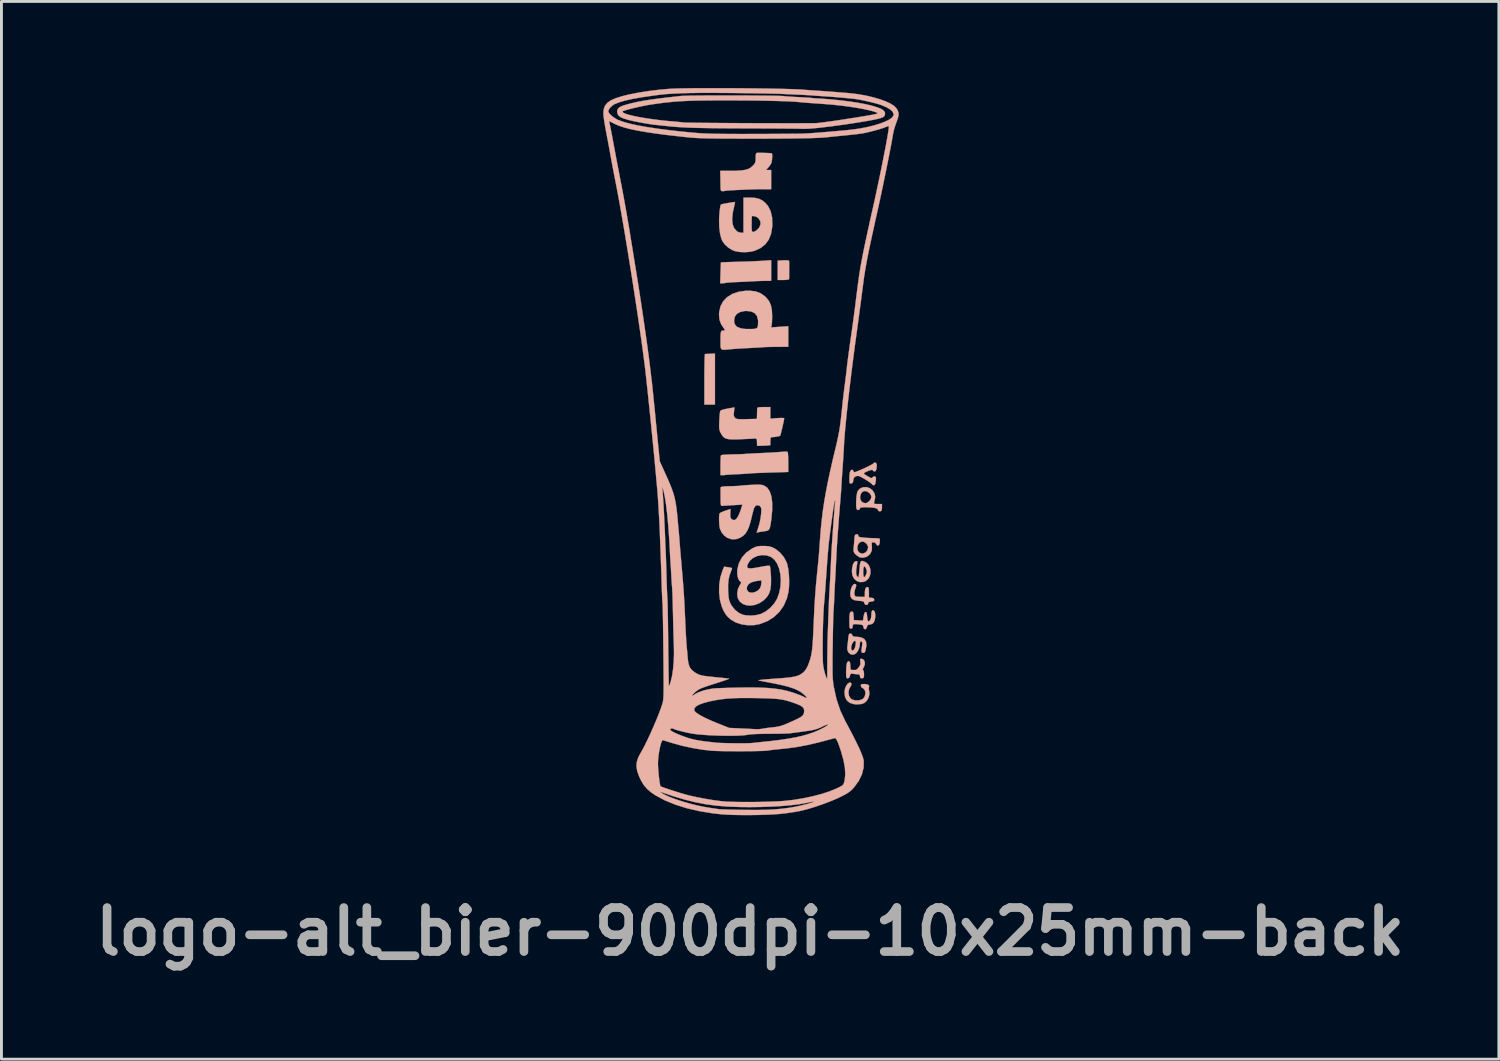
<source format=kicad_pcb>
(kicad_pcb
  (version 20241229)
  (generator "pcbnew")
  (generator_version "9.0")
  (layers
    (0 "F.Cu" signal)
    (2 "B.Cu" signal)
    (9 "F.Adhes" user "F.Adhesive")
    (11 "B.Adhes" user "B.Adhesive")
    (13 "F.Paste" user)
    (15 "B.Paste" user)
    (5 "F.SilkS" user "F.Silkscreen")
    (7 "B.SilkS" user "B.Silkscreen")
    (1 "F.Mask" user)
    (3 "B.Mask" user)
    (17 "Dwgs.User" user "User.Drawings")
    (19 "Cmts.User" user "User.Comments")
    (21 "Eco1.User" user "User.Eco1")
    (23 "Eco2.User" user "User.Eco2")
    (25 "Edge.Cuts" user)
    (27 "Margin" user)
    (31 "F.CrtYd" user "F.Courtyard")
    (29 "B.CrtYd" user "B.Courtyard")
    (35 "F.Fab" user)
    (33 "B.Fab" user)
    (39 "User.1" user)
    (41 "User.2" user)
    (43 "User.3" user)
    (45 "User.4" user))
  (footprint "logo-alt_bier-900dpi-10x25mm-back"
    (layer "F.Cu")
    (at 22.915 12.652)
    (property "Reference" "logo-alt_bier-900dpi-10x25mm-back" (at 0.025 16.575 0) (layer "F.Fab") (effects (font (size 1.524 1.524) (thickness 0.3))))
    (attr through_hole)
    (fp_poly (pts (xy -1.357 -3.445) (xy -1.449 -3.441) (xy -1.517 -3.437) (xy -1.541 -3.436) (xy -1.546 -3.408) (xy -1.551 -3.331) (xy -1.555 -3.211) (xy -1.558 -3.054) (xy -1.561 -2.869) (xy -1.562 -2.661) (xy -1.562 -2.559) (xy -1.562 -1.684) (xy -1.195 -1.684) (xy -1.195 -3.452) (xy -1.357 -3.445)) (stroke (width 0.01) (type solid)) (fill yes) (layer "B.SilkS"))
    (fp_poly (pts (xy 1.176 -6.684) (xy 0.978 -6.674) (xy 0.978 -6.002) (xy 1.176 -6.002) (xy 1.291 -6.006) (xy 1.355 -6.018) (xy 1.374 -6.037) (xy 1.375 -6.094) (xy 1.376 -6.187) (xy 1.376 -6.3) (xy 1.376 -6.419) (xy 1.376 -6.527) (xy 1.376 -6.61) (xy 1.375 -6.651) (xy 1.364 -6.673) (xy 1.325 -6.684) (xy 1.248 -6.686) (xy 1.176 -6.684)) (stroke (width 0.01) (type solid)) (fill yes) (layer "B.SilkS"))
    (fp_poly (pts (xy 0.491 -6.669) (xy 0.381 -6.662) (xy 0.228 -6.655) (xy 0.046 -6.647) (xy -0.152 -6.64) (xy -0.352 -6.634) (xy -0.377 -6.633) (xy -0.555 -6.628) (xy -0.713 -6.623) (xy -0.843 -6.619) (xy -0.935 -6.615) (xy -0.983 -6.613) (xy -0.987 -6.612) (xy -0.99 -6.584) (xy -0.993 -6.511) (xy -0.997 -6.402) (xy -1.002 -6.269) (xy -1.003 -6.249) (xy -1.014 -5.889) (xy -0.926 -5.889) (xy -0.86 -5.893) (xy -0.825 -5.902) (xy -0.824 -5.902) (xy -0.793 -5.908) (xy -0.716 -5.914) (xy -0.602 -5.922) (xy -0.462 -5.929) (xy -0.389 -5.932) (xy -0.227 -5.939) (xy -0.073 -5.946) (xy 0.059 -5.953) (xy 0.153 -5.958) (xy 0.174 -5.96) (xy 0.275 -5.965) (xy 0.405 -5.969) (xy 0.534 -5.971) (xy 0.752 -5.973) (xy 0.752 -6.687) (xy 0.491 -6.669)) (stroke (width 0.01) (type solid)) (fill yes) (layer "B.SilkS"))
    (fp_poly (pts (xy 3.47 7.945) (xy 3.406 7.983) (xy 3.349 8.062) (xy 3.309 8.166) (xy 3.292 8.279) (xy 3.292 8.284) (xy 3.313 8.445) (xy 3.375 8.567) (xy 3.478 8.65) (xy 3.622 8.694) (xy 3.73 8.702) (xy 3.874 8.69) (xy 3.98 8.653) (xy 3.988 8.648) (xy 4.072 8.568) (xy 4.131 8.456) (xy 4.157 8.335) (xy 4.147 8.238) (xy 4.133 8.164) (xy 4.139 8.11) (xy 4.141 8.106) (xy 4.148 8.056) (xy 4.107 8.018) (xy 4.024 7.998) (xy 3.98 7.997) (xy 3.902 8) (xy 3.866 8.016) (xy 3.857 8.051) (xy 3.857 8.054) (xy 3.882 8.11) (xy 3.925 8.137) (xy 3.985 8.186) (xy 4.014 8.265) (xy 4.014 8.358) (xy 3.984 8.446) (xy 3.927 8.514) (xy 3.904 8.528) (xy 3.783 8.565) (xy 3.658 8.564) (xy 3.549 8.527) (xy 3.503 8.492) (xy 3.448 8.401) (xy 3.431 8.288) (xy 3.451 8.174) (xy 3.493 8.098) (xy 3.53 8.03) (xy 3.531 7.974) (xy 3.5 7.945) (xy 3.47 7.945)) (stroke (width 0.01) (type solid)) (fill yes) (layer "B.SilkS"))
    (fp_poly (pts (xy 3.595 4.557) (xy 3.55 4.623) (xy 3.515 4.716) (xy 3.495 4.825) (xy 3.492 4.868) (xy 3.505 4.974) (xy 3.552 5.047) (xy 3.639 5.091) (xy 3.774 5.112) (xy 3.781 5.112) (xy 3.882 5.121) (xy 3.939 5.134) (xy 3.966 5.155) (xy 3.975 5.185) (xy 4 5.233) (xy 4.045 5.256) (xy 4.088 5.25) (xy 4.11 5.213) (xy 4.111 5.206) (xy 4.123 5.167) (xy 4.168 5.147) (xy 4.217 5.141) (xy 4.289 5.128) (xy 4.319 5.101) (xy 4.322 5.076) (xy 4.308 5.033) (xy 4.254 5.013) (xy 4.231 5.01) (xy 4.139 5.001) (xy 4.139 4.82) (xy 4.137 4.721) (xy 4.129 4.666) (xy 4.111 4.642) (xy 4.086 4.638) (xy 4.039 4.653) (xy 4.011 4.703) (xy 3.999 4.797) (xy 3.998 4.852) (xy 3.998 4.977) (xy 3.859 4.977) (xy 3.768 4.973) (xy 3.696 4.965) (xy 3.676 4.96) (xy 3.641 4.919) (xy 3.633 4.841) (xy 3.651 4.739) (xy 3.674 4.675) (xy 3.699 4.592) (xy 3.69 4.545) (xy 3.687 4.542) (xy 3.642 4.527) (xy 3.595 4.557)) (stroke (width 0.01) (type solid)) (fill yes) (layer "B.SilkS"))
    (fp_poly (pts (xy 3.857 3.754) (xy 3.834 3.817) (xy 3.82 3.926) (xy 3.813 4.017) (xy 3.802 4.136) (xy 3.79 4.23) (xy 3.777 4.287) (xy 3.769 4.299) (xy 3.74 4.277) (xy 3.713 4.239) (xy 3.696 4.168) (xy 3.698 4.055) (xy 3.72 3.896) (xy 3.733 3.824) (xy 3.741 3.761) (xy 3.727 3.738) (xy 3.685 3.74) (xy 3.629 3.775) (xy 3.586 3.857) (xy 3.558 3.977) (xy 3.549 4.096) (xy 3.568 4.237) (xy 3.628 4.35) (xy 3.717 4.428) (xy 3.828 4.466) (xy 3.951 4.458) (xy 4.033 4.425) (xy 4.121 4.347) (xy 4.175 4.24) (xy 4.196 4.116) (xy 4.191 4.077) (xy 4.067 4.077) (xy 4.064 4.138) (xy 4.042 4.201) (xy 4.003 4.276) (xy 3.973 4.296) (xy 3.953 4.261) (xy 3.942 4.172) (xy 3.941 4.118) (xy 3.947 4.001) (xy 3.963 3.935) (xy 3.989 3.921) (xy 4.022 3.961) (xy 4.041 4.001) (xy 4.067 4.077) (xy 4.191 4.077) (xy 4.182 3.991) (xy 4.135 3.879) (xy 4.054 3.794) (xy 4.027 3.778) (xy 3.947 3.741) (xy 3.892 3.73) (xy 3.857 3.754)) (stroke (width 0.01) (type solid)) (fill yes) (layer "B.SilkS"))
    (fp_poly (pts (xy 3.842 7.129) (xy 3.833 7.163) (xy 3.841 7.223) (xy 3.847 7.3) (xy 3.824 7.366) (xy 3.785 7.422) (xy 3.73 7.485) (xy 3.678 7.51) (xy 3.607 7.511) (xy 3.504 7.503) (xy 3.495 7.354) (xy 3.487 7.266) (xy 3.471 7.221) (xy 3.442 7.207) (xy 3.436 7.206) (xy 3.399 7.226) (xy 3.372 7.288) (xy 3.356 7.397) (xy 3.349 7.556) (xy 3.349 7.609) (xy 3.351 7.71) (xy 3.358 7.767) (xy 3.374 7.793) (xy 3.404 7.799) (xy 3.406 7.799) (xy 3.453 7.78) (xy 3.479 7.717) (xy 3.481 7.712) (xy 3.498 7.652) (xy 3.532 7.634) (xy 3.582 7.641) (xy 3.675 7.654) (xy 3.747 7.658) (xy 3.806 7.666) (xy 3.827 7.701) (xy 3.829 7.728) (xy 3.843 7.785) (xy 3.88 7.799) (xy 3.934 7.79) (xy 3.951 7.78) (xy 3.966 7.738) (xy 3.97 7.668) (xy 3.965 7.591) (xy 3.951 7.531) (xy 3.936 7.51) (xy 3.922 7.486) (xy 3.949 7.434) (xy 3.95 7.431) (xy 3.992 7.341) (xy 3.998 7.251) (xy 3.972 7.176) (xy 3.918 7.129) (xy 3.876 7.122) (xy 3.842 7.129)) (stroke (width 0.01) (type solid)) (fill yes) (layer "B.SilkS"))
    (fp_poly (pts (xy 0.276 -10.407) (xy 0.266 -10.406) (xy 0.238 -10.396) (xy 0.223 -10.362) (xy 0.217 -10.289) (xy 0.216 -10.232) (xy 0.213 -10.132) (xy 0.2 -10.067) (xy 0.166 -10.013) (xy 0.11 -9.953) (xy 0.038 -9.892) (xy -0.047 -9.847) (xy -0.153 -9.816) (xy -0.289 -9.796) (xy -0.465 -9.786) (xy -0.653 -9.783) (xy -1.012 -9.783) (xy -1.006 -9.494) (xy -1.004 -9.365) (xy -1.002 -9.252) (xy -1 -9.17) (xy -0.999 -9.141) (xy -0.982 -9.091) (xy -0.932 -9.078) (xy -0.876 -9.082) (xy -0.854 -9.089) (xy -0.822 -9.095) (xy -0.744 -9.102) (xy -0.627 -9.109) (xy -0.482 -9.117) (xy -0.318 -9.125) (xy -0.144 -9.132) (xy 0.031 -9.139) (xy 0.197 -9.144) (xy 0.345 -9.147) (xy 0.463 -9.148) (xy 0.752 -9.148) (xy 0.752 -9.812) (xy 0.572 -9.812) (xy 0.645 -9.889) (xy 0.704 -9.961) (xy 0.75 -10.03) (xy 0.752 -10.034) (xy 0.769 -10.091) (xy 0.782 -10.176) (xy 0.789 -10.266) (xy 0.788 -10.343) (xy 0.779 -10.387) (xy 0.778 -10.388) (xy 0.747 -10.394) (xy 0.675 -10.399) (xy 0.576 -10.403) (xy 0.467 -10.406) (xy 0.362 -10.408) (xy 0.276 -10.407)) (stroke (width 0.01) (type solid)) (fill yes) (layer "B.SilkS"))
    (fp_poly (pts (xy 1.192 -0.052) (xy 1.086 -0.045) (xy 1.057 -0.043) (xy 0.946 -0.035) (xy 0.796 -0.025) (xy 0.623 -0.016) (xy 0.444 -0.007) (xy 0.375 -0.004) (xy 0.214 0.003) (xy 0.066 0.011) (xy -0.055 0.018) (xy -0.139 0.023) (xy -0.165 0.026) (xy -0.225 0.03) (xy -0.328 0.034) (xy -0.459 0.038) (xy -0.604 0.041) (xy -0.61 0.041) (xy -0.747 0.045) (xy -0.863 0.051) (xy -0.946 0.061) (xy -0.986 0.071) (xy -0.987 0.072) (xy -0.994 0.11) (xy -0.999 0.191) (xy -1.002 0.304) (xy -1.004 0.428) (xy -1.004 0.758) (xy -0.93 0.76) (xy -0.873 0.76) (xy -0.849 0.755) (xy -0.82 0.751) (xy -0.744 0.745) (xy -0.633 0.738) (xy -0.496 0.731) (xy -0.446 0.728) (xy -0.297 0.721) (xy -0.163 0.713) (xy -0.057 0.706) (xy 0.008 0.701) (xy 0.017 0.699) (xy 0.065 0.695) (xy 0.16 0.69) (xy 0.293 0.684) (xy 0.455 0.678) (xy 0.636 0.672) (xy 0.716 0.669) (xy 1.345 0.65) (xy 1.345 0.304) (xy 1.342 0.139) (xy 1.335 0.023) (xy 1.323 -0.04) (xy 1.314 -0.052) (xy 1.273 -0.055) (xy 1.192 -0.052)) (stroke (width 0.01) (type solid)) (fill yes) (layer "B.SilkS"))
    (fp_poly (pts (xy 3.464 6.254) (xy 3.444 6.286) (xy 3.431 6.353) (xy 3.423 6.423) (xy 3.411 6.54) (xy 3.397 6.653) (xy 3.389 6.713) (xy 3.393 6.822) (xy 3.434 6.908) (xy 3.5 6.963) (xy 3.58 6.98) (xy 3.665 6.953) (xy 3.711 6.915) (xy 3.776 6.814) (xy 3.818 6.684) (xy 3.829 6.579) (xy 3.833 6.547) (xy 3.686 6.547) (xy 3.681 6.625) (xy 3.68 6.628) (xy 3.66 6.724) (xy 3.627 6.795) (xy 3.589 6.833) (xy 3.554 6.832) (xy 3.528 6.787) (xy 3.524 6.763) (xy 3.528 6.691) (xy 3.554 6.611) (xy 3.593 6.542) (xy 3.635 6.504) (xy 3.647 6.501) (xy 3.676 6.51) (xy 3.686 6.547) (xy 3.833 6.547) (xy 3.836 6.526) (xy 3.864 6.517) (xy 3.874 6.52) (xy 3.902 6.543) (xy 3.91 6.591) (xy 3.903 6.667) (xy 3.89 6.759) (xy 3.88 6.835) (xy 3.878 6.854) (xy 3.891 6.902) (xy 3.933 6.919) (xy 3.977 6.914) (xy 4.006 6.876) (xy 4.024 6.82) (xy 4.053 6.657) (xy 4.039 6.53) (xy 3.982 6.439) (xy 3.88 6.383) (xy 3.733 6.36) (xy 3.701 6.36) (xy 3.621 6.354) (xy 3.58 6.333) (xy 3.566 6.303) (xy 3.53 6.256) (xy 3.496 6.247) (xy 3.464 6.254)) (stroke (width 0.01) (type solid)) (fill yes) (layer "B.SilkS"))
    (fp_poly (pts (xy 4.25 5.452) (xy 4.228 5.515) (xy 4.224 5.587) (xy 4.213 5.706) (xy 4.182 5.787) (xy 4.136 5.822) (xy 4.125 5.823) (xy 4.1 5.805) (xy 4.084 5.743) (xy 4.077 5.661) (xy 4.068 5.564) (xy 4.051 5.513) (xy 4.026 5.499) (xy 3.994 5.523) (xy 3.968 5.598) (xy 3.958 5.648) (xy 3.933 5.798) (xy 3.617 5.781) (xy 3.608 5.633) (xy 3.6 5.544) (xy 3.584 5.499) (xy 3.555 5.485) (xy 3.548 5.485) (xy 3.511 5.493) (xy 3.486 5.522) (xy 3.471 5.582) (xy 3.464 5.68) (xy 3.462 5.826) (xy 3.463 5.946) (xy 3.467 6.02) (xy 3.478 6.06) (xy 3.496 6.075) (xy 3.518 6.077) (xy 3.563 6.06) (xy 3.575 6.009) (xy 3.58 5.956) (xy 3.603 5.928) (xy 3.657 5.919) (xy 3.752 5.925) (xy 3.78 5.928) (xy 3.871 5.939) (xy 3.919 5.956) (xy 3.941 5.984) (xy 3.947 6.017) (xy 3.971 6.083) (xy 4.01 6.101) (xy 4.05 6.071) (xy 4.068 6.023) (xy 4.091 5.96) (xy 4.135 5.938) (xy 4.165 5.936) (xy 4.243 5.916) (xy 4.295 5.879) (xy 4.332 5.808) (xy 4.355 5.708) (xy 4.36 5.601) (xy 4.347 5.511) (xy 4.329 5.473) (xy 4.284 5.436) (xy 4.25 5.452)) (stroke (width 0.01) (type solid)) (fill yes) (layer "B.SilkS"))
    (fp_poly (pts (xy 3.93 1.18) (xy 3.825 1.228) (xy 3.754 1.304) (xy 3.732 1.364) (xy 3.715 1.46) (xy 3.702 1.578) (xy 3.696 1.701) (xy 3.697 1.815) (xy 3.705 1.903) (xy 3.72 1.948) (xy 3.765 1.969) (xy 3.811 1.952) (xy 3.829 1.912) (xy 3.844 1.889) (xy 3.897 1.876) (xy 3.996 1.872) (xy 4.008 1.872) (xy 4.197 1.877) (xy 4.332 1.892) (xy 4.415 1.917) (xy 4.449 1.953) (xy 4.449 1.961) (xy 4.472 2.001) (xy 4.521 2.015) (xy 4.57 1.996) (xy 4.572 1.995) (xy 4.584 1.957) (xy 4.59 1.886) (xy 4.591 1.868) (xy 4.591 1.759) (xy 4.446 1.759) (xy 4.362 1.758) (xy 4.322 1.748) (xy 4.313 1.724) (xy 4.32 1.696) (xy 4.348 1.581) (xy 4.353 1.52) (xy 4.224 1.52) (xy 4.199 1.601) (xy 4.138 1.674) (xy 4.06 1.723) (xy 4.013 1.731) (xy 3.939 1.712) (xy 3.885 1.675) (xy 3.841 1.595) (xy 3.835 1.497) (xy 3.863 1.401) (xy 3.923 1.33) (xy 3.925 1.329) (xy 4 1.309) (xy 4.084 1.33) (xy 4.159 1.382) (xy 4.21 1.456) (xy 4.224 1.52) (xy 4.353 1.52) (xy 4.355 1.497) (xy 4.341 1.423) (xy 4.327 1.384) (xy 4.256 1.277) (xy 4.158 1.206) (xy 4.045 1.173) (xy 3.93 1.18)) (stroke (width 0.01) (type solid)) (fill yes) (layer "B.SilkS"))
    (fp_poly (pts (xy 3.67 2.822) (xy 3.649 2.858) (xy 3.638 2.93) (xy 3.636 2.959) (xy 3.628 3.073) (xy 3.618 3.203) (xy 3.612 3.262) (xy 3.606 3.357) (xy 3.614 3.417) (xy 3.642 3.466) (xy 3.696 3.524) (xy 3.807 3.601) (xy 3.928 3.623) (xy 4.055 3.59) (xy 4.101 3.564) (xy 4.195 3.473) (xy 4.242 3.353) (xy 4.242 3.263) (xy 4.111 3.263) (xy 4.089 3.358) (xy 4.033 3.43) (xy 3.957 3.471) (xy 3.873 3.475) (xy 3.796 3.434) (xy 3.785 3.423) (xy 3.742 3.341) (xy 3.737 3.248) (xy 3.765 3.16) (xy 3.82 3.091) (xy 3.897 3.059) (xy 3.913 3.058) (xy 3.993 3.083) (xy 4.064 3.145) (xy 4.106 3.226) (xy 4.111 3.263) (xy 4.242 3.263) (xy 4.242 3.212) (xy 4.234 3.135) (xy 4.241 3.098) (xy 4.27 3.087) (xy 4.297 3.086) (xy 4.363 3.105) (xy 4.385 3.142) (xy 4.418 3.188) (xy 4.45 3.199) (xy 4.487 3.181) (xy 4.509 3.121) (xy 4.513 3.093) (xy 4.519 3.019) (xy 4.516 2.971) (xy 4.514 2.966) (xy 4.482 2.954) (xy 4.411 2.946) (xy 4.353 2.945) (xy 4.247 2.942) (xy 4.114 2.936) (xy 3.988 2.927) (xy 3.878 2.915) (xy 3.812 2.903) (xy 3.781 2.885) (xy 3.772 2.858) (xy 3.772 2.854) (xy 3.757 2.813) (xy 3.709 2.809) (xy 3.67 2.822)) (stroke (width 0.01) (type solid)) (fill yes) (layer "B.SilkS"))
    (fp_poly (pts (xy 4.317 0.33) (xy 4.289 0.359) (xy 4.256 0.382) (xy 4.184 0.422) (xy 4.086 0.471) (xy 3.973 0.524) (xy 3.858 0.575) (xy 3.755 0.618) (xy 3.675 0.648) (xy 3.633 0.659) (xy 3.606 0.636) (xy 3.603 0.616) (xy 3.579 0.581) (xy 3.55 0.574) (xy 3.508 0.595) (xy 3.48 0.66) (xy 3.465 0.773) (xy 3.462 0.904) (xy 3.464 0.992) (xy 3.473 1.037) (xy 3.495 1.051) (xy 3.525 1.049) (xy 3.57 1.03) (xy 3.592 0.981) (xy 3.597 0.937) (xy 3.613 0.86) (xy 3.654 0.816) (xy 3.688 0.8) (xy 3.731 0.786) (xy 3.773 0.786) (xy 3.827 0.804) (xy 3.905 0.845) (xy 4 0.9) (xy 4.101 0.962) (xy 4.183 1.018) (xy 4.233 1.059) (xy 4.243 1.072) (xy 4.28 1.105) (xy 4.308 1.11) (xy 4.342 1.095) (xy 4.364 1.042) (xy 4.375 0.98) (xy 4.382 0.898) (xy 4.381 0.838) (xy 4.377 0.825) (xy 4.336 0.801) (xy 4.286 0.813) (xy 4.262 0.842) (xy 4.245 0.862) (xy 4.208 0.856) (xy 4.14 0.823) (xy 4.115 0.809) (xy 4.02 0.753) (xy 3.972 0.716) (xy 3.969 0.689) (xy 4.008 0.662) (xy 4.069 0.633) (xy 4.182 0.589) (xy 4.251 0.576) (xy 4.279 0.594) (xy 4.28 0.602) (xy 4.304 0.626) (xy 4.333 0.631) (xy 4.372 0.615) (xy 4.396 0.559) (xy 4.403 0.52) (xy 4.411 0.437) (xy 4.407 0.373) (xy 4.404 0.365) (xy 4.366 0.325) (xy 4.317 0.33)) (stroke (width 0.01) (type solid)) (fill yes) (layer "B.SilkS"))
    (fp_poly (pts (xy 0.374 -1.596) (xy 0.3 -1.586) (xy 0.27 -1.568) (xy 0.27 -1.564) (xy 0.267 -1.518) (xy 0.265 -1.436) (xy 0.263 -1.359) (xy 0.258 -1.19) (xy -0.09 -1.181) (xy -0.239 -1.178) (xy -0.343 -1.179) (xy -0.412 -1.185) (xy -0.458 -1.198) (xy -0.489 -1.218) (xy -0.495 -1.223) (xy -0.528 -1.262) (xy -0.542 -1.312) (xy -0.54 -1.393) (xy -0.536 -1.431) (xy -0.52 -1.588) (xy -0.757 -1.546) (xy -0.896 -1.518) (xy -0.98 -1.488) (xy -1.013 -1.46) (xy -1.022 -1.414) (xy -1.031 -1.326) (xy -1.04 -1.21) (xy -1.045 -1.119) (xy -1.05 -0.982) (xy -1.049 -0.886) (xy -1.04 -0.816) (xy -1.022 -0.757) (xy -0.993 -0.696) (xy -0.945 -0.615) (xy -0.893 -0.555) (xy -0.828 -0.514) (xy -0.74 -0.49) (xy -0.62 -0.479) (xy -0.46 -0.479) (xy -0.306 -0.485) (xy -0.152 -0.492) (xy -0.012 -0.498) (xy 0.1 -0.503) (xy 0.172 -0.507) (xy 0.188 -0.508) (xy 0.231 -0.506) (xy 0.253 -0.482) (xy 0.26 -0.421) (xy 0.261 -0.385) (xy 0.264 -0.258) (xy 0.374 -0.258) (xy 0.479 -0.26) (xy 0.591 -0.266) (xy 0.604 -0.267) (xy 0.724 -0.276) (xy 0.724 -0.415) (xy 0.728 -0.501) (xy 0.742 -0.543) (xy 0.771 -0.556) (xy 0.773 -0.556) (xy 0.856 -0.562) (xy 0.945 -0.574) (xy 1.021 -0.59) (xy 1.063 -0.605) (xy 1.065 -0.607) (xy 1.077 -0.639) (xy 1.096 -0.712) (xy 1.121 -0.812) (xy 1.147 -0.925) (xy 1.171 -1.035) (xy 1.191 -1.13) (xy 1.202 -1.195) (xy 1.204 -1.212) (xy 1.178 -1.22) (xy 1.109 -1.222) (xy 1.009 -1.219) (xy 0.964 -1.216) (xy 0.724 -1.198) (xy 0.724 -1.599) (xy 0.498 -1.599) (xy 0.374 -1.596)) (stroke (width 0.01) (type solid)) (fill yes) (layer "B.SilkS"))
    (fp_poly (pts (xy -0.116 -8.855) (xy -0.207 -8.852) (xy -0.207 -7.639) (xy -0.288 -7.639) (xy -0.37 -7.656) (xy -0.44 -7.694) (xy -0.531 -7.799) (xy -0.584 -7.939) (xy -0.599 -8.116) (xy -0.577 -8.333) (xy -0.548 -8.471) (xy -0.524 -8.575) (xy -0.507 -8.656) (xy -0.5 -8.7) (xy -0.501 -8.703) (xy -0.53 -8.702) (xy -0.598 -8.693) (xy -0.691 -8.678) (xy -0.792 -8.66) (xy -0.885 -8.642) (xy -0.955 -8.627) (xy -0.987 -8.618) (xy -0.987 -8.618) (xy -1.004 -8.576) (xy -1.02 -8.49) (xy -1.034 -8.373) (xy -1.045 -8.237) (xy -1.051 -8.096) (xy -1.052 -8.079) (xy -1.046 -7.835) (xy -1.02 -7.619) (xy -0.976 -7.441) (xy -0.94 -7.354) (xy -0.852 -7.231) (xy -0.728 -7.119) (xy -0.585 -7.033) (xy -0.507 -7.003) (xy -0.342 -6.972) (xy -0.154 -6.964) (xy 0.031 -6.979) (xy 0.179 -7.014) (xy 0.386 -7.109) (xy 0.548 -7.237) (xy 0.669 -7.4) (xy 0.749 -7.601) (xy 0.789 -7.842) (xy 0.793 -7.907) (xy 0.792 -7.933) (xy 0.385 -7.933) (xy 0.341 -7.825) (xy 0.289 -7.763) (xy 0.22 -7.705) (xy 0.156 -7.671) (xy 0.134 -7.667) (xy 0.107 -7.67) (xy 0.09 -7.687) (xy 0.08 -7.727) (xy 0.076 -7.801) (xy 0.075 -7.919) (xy 0.075 -7.952) (xy 0.076 -8.082) (xy 0.08 -8.164) (xy 0.089 -8.208) (xy 0.103 -8.223) (xy 0.12 -8.22) (xy 0.184 -8.205) (xy 0.206 -8.203) (xy 0.252 -8.184) (xy 0.311 -8.139) (xy 0.316 -8.134) (xy 0.377 -8.038) (xy 0.385 -7.933) (xy 0.792 -7.933) (xy 0.785 -8.165) (xy 0.734 -8.385) (xy 0.641 -8.568) (xy 0.55 -8.674) (xy 0.448 -8.757) (xy 0.335 -8.813) (xy 0.2 -8.845) (xy 0.032 -8.857) (xy -0.116 -8.855)) (stroke (width 0.01) (type solid)) (fill yes) (layer "B.SilkS"))
    (fp_poly (pts (xy -0.134 -5.628) (xy -0.382 -5.592) (xy -0.596 -5.517) (xy -0.774 -5.407) (xy -0.91 -5.264) (xy -1.003 -5.091) (xy -1.049 -4.892) (xy -1.054 -4.801) (xy -1.037 -4.622) (xy -0.981 -4.469) (xy -0.908 -4.358) (xy -0.861 -4.29) (xy -0.857 -4.255) (xy -0.896 -4.246) (xy -0.932 -4.249) (xy -0.962 -4.244) (xy -0.983 -4.214) (xy -0.996 -4.151) (xy -1.002 -4.047) (xy -1.003 -3.896) (xy -1.003 -3.889) (xy -1.003 -3.756) (xy -0.998 -3.667) (xy -0.979 -3.613) (xy -0.937 -3.587) (xy -0.863 -3.583) (xy -0.748 -3.593) (xy -0.645 -3.604) (xy -0.533 -3.613) (xy -0.382 -3.624) (xy -0.21 -3.634) (xy -0.033 -3.644) (xy 0.019 -3.646) (xy 0.173 -3.654) (xy 0.308 -3.661) (xy 0.415 -3.668) (xy 0.483 -3.673) (xy 0.498 -3.675) (xy 0.541 -3.678) (xy 0.628 -3.681) (xy 0.749 -3.683) (xy 0.892 -3.685) (xy 0.943 -3.685) (xy 1.345 -3.687) (xy 1.345 -4.4) (xy 0.747 -4.359) (xy 0.767 -4.422) (xy 0.775 -4.477) (xy 0.781 -4.557) (xy 0.3 -4.557) (xy 0.297 -4.439) (xy 0.281 -4.366) (xy 0.244 -4.326) (xy 0.175 -4.309) (xy 0.093 -4.303) (xy -0.128 -4.303) (xy -0.298 -4.326) (xy -0.419 -4.374) (xy -0.459 -4.406) (xy -0.511 -4.476) (xy -0.53 -4.561) (xy -0.532 -4.602) (xy -0.507 -4.729) (xy -0.436 -4.827) (xy -0.322 -4.893) (xy -0.168 -4.926) (xy -0.094 -4.929) (xy 0.065 -4.909) (xy 0.184 -4.85) (xy 0.262 -4.752) (xy 0.298 -4.616) (xy 0.3 -4.557) (xy 0.781 -4.557) (xy 0.782 -4.572) (xy 0.786 -4.691) (xy 0.787 -4.758) (xy 0.776 -4.967) (xy 0.74 -5.136) (xy 0.675 -5.276) (xy 0.576 -5.398) (xy 0.532 -5.439) (xy 0.385 -5.542) (xy 0.217 -5.605) (xy 0.019 -5.63) (xy -0.134 -5.628)) (stroke (width 0.01) (type solid)) (fill yes) (layer "B.SilkS"))
    (fp_poly (pts (xy 0.156 1.092) (xy 0.049 1.097) (xy -0.087 1.105) (xy -0.201 1.113) (xy -0.283 1.121) (xy -0.321 1.126) (xy -0.322 1.126) (xy -0.355 1.131) (xy -0.433 1.135) (xy -0.544 1.14) (xy -0.668 1.143) (xy -0.812 1.147) (xy -0.908 1.153) (xy -0.965 1.163) (xy -0.993 1.177) (xy -0.999 1.194) (xy -1 1.239) (xy -1 1.327) (xy -1.001 1.443) (xy -1 1.534) (xy -0.999 1.666) (xy -0.995 1.752) (xy -0.987 1.801) (xy -0.972 1.822) (xy -0.95 1.825) (xy -0.95 1.825) (xy -0.903 1.821) (xy -0.813 1.815) (xy -0.694 1.808) (xy -0.572 1.8) (xy -0.243 1.781) (xy -0.311 1.989) (xy -0.353 2.1) (xy -0.4 2.197) (xy -0.443 2.262) (xy -0.447 2.266) (xy -0.5 2.31) (xy -0.545 2.317) (xy -0.587 2.301) (xy -0.63 2.274) (xy -0.654 2.233) (xy -0.664 2.163) (xy -0.662 2.053) (xy -0.661 2.036) (xy -0.656 1.932) (xy -0.834 1.991) (xy -0.928 2.026) (xy -1 2.059) (xy -1.032 2.081) (xy -1.045 2.13) (xy -1.052 2.218) (xy -1.052 2.328) (xy -1.047 2.444) (xy -1.037 2.547) (xy -1.024 2.612) (xy -0.966 2.74) (xy -0.873 2.855) (xy -0.771 2.931) (xy -0.619 2.982) (xy -0.465 2.978) (xy -0.327 2.929) (xy -0.227 2.868) (xy -0.144 2.79) (xy -0.076 2.686) (xy -0.016 2.55) (xy 0.039 2.372) (xy 0.088 2.169) (xy 0.115 2.058) (xy 0.142 1.958) (xy 0.163 1.894) (xy 0.214 1.821) (xy 0.28 1.798) (xy 0.353 1.826) (xy 0.363 1.835) (xy 0.392 1.868) (xy 0.408 1.91) (xy 0.412 1.976) (xy 0.407 2.081) (xy 0.405 2.098) (xy 0.388 2.236) (xy 0.357 2.392) (xy 0.32 2.531) (xy 0.249 2.752) (xy 0.31 2.737) (xy 0.373 2.725) (xy 0.466 2.71) (xy 0.522 2.703) (xy 0.594 2.691) (xy 0.645 2.673) (xy 0.681 2.639) (xy 0.708 2.58) (xy 0.728 2.487) (xy 0.749 2.35) (xy 0.759 2.275) (xy 0.788 1.972) (xy 0.788 1.711) (xy 0.76 1.494) (xy 0.703 1.322) (xy 0.619 1.197) (xy 0.507 1.12) (xy 0.45 1.102) (xy 0.381 1.091) (xy 0.287 1.088) (xy 0.156 1.092)) (stroke (width 0.01) (type solid)) (fill yes) (layer "B.SilkS"))
    (fp_poly (pts (xy 0.363 3.216) (xy 0.275 3.227) (xy 0.197 3.251) (xy 0.105 3.296) (xy 0.08 3.31) (xy -0.112 3.444) (xy -0.261 3.614) (xy -0.366 3.815) (xy -0.42 4.032) (xy -0.424 4.159) (xy -0.408 4.281) (xy -0.374 4.381) (xy -0.327 4.443) (xy -0.323 4.445) (xy -0.292 4.469) (xy -0.291 4.497) (xy -0.319 4.548) (xy -0.337 4.574) (xy -0.399 4.707) (xy -0.425 4.857) (xy -0.411 4.999) (xy -0.405 5.017) (xy -0.34 5.135) (xy -0.238 5.218) (xy -0.11 5.267) (xy 0.036 5.279) (xy 0.19 5.256) (xy 0.344 5.196) (xy 0.489 5.1) (xy 0.53 5.063) (xy 0.62 4.962) (xy 0.684 4.852) (xy 0.725 4.724) (xy 0.745 4.567) (xy 0.746 4.495) (xy 0.414 4.495) (xy 0.4 4.586) (xy 0.37 4.67) (xy 0.306 4.747) (xy 0.215 4.802) (xy 0.114 4.831) (xy 0.019 4.828) (xy -0.05 4.791) (xy -0.091 4.716) (xy -0.086 4.629) (xy -0.038 4.547) (xy 0.043 4.485) (xy 0.119 4.457) (xy 0.22 4.432) (xy 0.268 4.424) (xy 0.414 4.405) (xy 0.414 4.495) (xy 0.746 4.495) (xy 0.748 4.37) (xy 0.745 4.262) (xy 0.737 4.129) (xy 0.726 4.016) (xy 0.715 3.937) (xy 0.705 3.902) (xy 0.668 3.897) (xy 0.588 3.903) (xy 0.478 3.92) (xy 0.399 3.935) (xy 0.216 3.969) (xy 0.082 3.988) (xy -0.009 3.989) (xy -0.061 3.971) (xy -0.08 3.934) (xy -0.071 3.877) (xy -0.062 3.85) (xy 0.014 3.725) (xy 0.129 3.627) (xy 0.271 3.561) (xy 0.428 3.53) (xy 0.587 3.538) (xy 0.738 3.589) (xy 0.752 3.596) (xy 0.869 3.693) (xy 0.963 3.832) (xy 1.031 4.005) (xy 1.073 4.202) (xy 1.087 4.416) (xy 1.072 4.635) (xy 1.027 4.853) (xy 0.961 5.036) (xy 0.863 5.199) (xy 0.727 5.351) (xy 0.568 5.479) (xy 0.402 5.566) (xy 0.399 5.567) (xy 0.236 5.609) (xy 0.052 5.625) (xy -0.128 5.616) (xy -0.239 5.593) (xy -0.374 5.528) (xy -0.504 5.421) (xy -0.613 5.286) (xy -0.651 5.221) (xy -0.686 5.143) (xy -0.709 5.065) (xy -0.725 4.971) (xy -0.734 4.843) (xy -0.738 4.773) (xy -0.74 4.56) (xy -0.725 4.384) (xy -0.689 4.229) (xy -0.64 4.095) (xy -0.613 4.026) (xy -0.604 3.984) (xy -0.605 3.978) (xy -0.637 3.968) (xy -0.706 3.955) (xy -0.747 3.949) (xy -0.877 3.93) (xy -0.934 4.065) (xy -1.008 4.299) (xy -1.047 4.555) (xy -1.052 4.819) (xy -1.023 5.077) (xy -0.959 5.314) (xy -0.9 5.45) (xy -0.829 5.572) (xy -0.756 5.664) (xy -0.661 5.749) (xy -0.624 5.777) (xy -0.464 5.868) (xy -0.27 5.929) (xy -0.055 5.959) (xy 0.164 5.955) (xy 0.349 5.921) (xy 0.613 5.823) (xy 0.842 5.68) (xy 1.036 5.498) (xy 1.189 5.278) (xy 1.298 5.027) (xy 1.352 4.804) (xy 1.371 4.628) (xy 1.376 4.43) (xy 1.368 4.227) (xy 1.348 4.034) (xy 1.316 3.87) (xy 1.291 3.787) (xy 1.197 3.607) (xy 1.064 3.446) (xy 0.906 3.32) (xy 0.855 3.291) (xy 0.765 3.25) (xy 0.678 3.227) (xy 0.572 3.216) (xy 0.484 3.214) (xy 0.363 3.216)) (stroke (width 0.01) (type solid)) (fill yes) (layer "B.SilkS"))
    (fp_poly (pts (xy -1.092 -12.395) (xy -1.356 -12.394) (xy -1.604 -12.393) (xy -1.828 -12.391) (xy -2.022 -12.389) (xy -2.181 -12.385) (xy -2.297 -12.382) (xy -2.366 -12.378) (xy -2.759 -12.334) (xy -3.097 -12.294) (xy -3.384 -12.256) (xy -3.621 -12.22) (xy -3.811 -12.186) (xy -3.904 -12.167) (xy -4.118 -12.117) (xy -4.282 -12.073) (xy -4.404 -12.034) (xy -4.488 -11.994) (xy -4.542 -11.953) (xy -4.571 -11.905) (xy -4.581 -11.849) (xy -4.582 -11.83) (xy -4.571 -11.759) (xy -4.535 -11.699) (xy -4.468 -11.647) (xy -4.364 -11.599) (xy -4.219 -11.554) (xy -4.026 -11.508) (xy -3.885 -11.479) (xy -3.722 -11.448) (xy -3.563 -11.42) (xy -3.424 -11.398) (xy -3.32 -11.383) (xy -3.298 -11.381) (xy -3.19 -11.37) (xy -3.051 -11.355) (xy -2.905 -11.34) (xy -2.86 -11.335) (xy -2.71 -11.32) (xy -2.555 -11.307) (xy -2.39 -11.295) (xy -2.209 -11.286) (xy -2.009 -11.277) (xy -1.784 -11.271) (xy -1.528 -11.266) (xy -1.237 -11.261) (xy -0.905 -11.258) (xy -0.528 -11.256) (xy -0.101 -11.254) (xy -0.026 -11.254) (xy 0.287 -11.253) (xy 0.584 -11.252) (xy 0.86 -11.251) (xy 1.111 -11.249) (xy 1.331 -11.247) (xy 1.515 -11.246) (xy 1.659 -11.244) (xy 1.758 -11.242) (xy 1.805 -11.24) (xy 1.808 -11.24) (xy 1.86 -11.238) (xy 1.953 -11.24) (xy 2.074 -11.246) (xy 2.178 -11.253) (xy 2.357 -11.269) (xy 2.57 -11.293) (xy 2.806 -11.321) (xy 3.058 -11.355) (xy 3.316 -11.391) (xy 3.573 -11.429) (xy 3.818 -11.468) (xy 4.044 -11.505) (xy 4.241 -11.541) (xy 4.4 -11.573) (xy 4.514 -11.601) (xy 4.527 -11.604) (xy 4.618 -11.637) (xy 4.669 -11.672) (xy 4.693 -11.719) (xy 4.693 -11.722) (xy 4.696 -11.775) (xy 4.44 -11.775) (xy 4.404 -11.759) (xy 4.353 -11.745) (xy 4.255 -11.726) (xy 4.116 -11.701) (xy 3.946 -11.672) (xy 3.751 -11.64) (xy 3.542 -11.607) (xy 3.324 -11.573) (xy 3.107 -11.54) (xy 2.899 -11.51) (xy 2.706 -11.483) (xy 2.539 -11.461) (xy 2.404 -11.444) (xy 2.347 -11.438) (xy 2.296 -11.436) (xy 2.195 -11.435) (xy 2.048 -11.433) (xy 1.863 -11.433) (xy 1.642 -11.432) (xy 1.393 -11.432) (xy 1.119 -11.432) (xy 0.827 -11.433) (xy 0.522 -11.433) (xy 0.208 -11.434) (xy -0.108 -11.436) (xy -0.422 -11.437) (xy -0.729 -11.439) (xy -1.022 -11.441) (xy -1.298 -11.443) (xy -1.55 -11.445) (xy -1.773 -11.447) (xy -1.963 -11.45) (xy -2.113 -11.452) (xy -2.219 -11.454) (xy -2.275 -11.457) (xy -2.282 -11.458) (xy -2.351 -11.467) (xy -2.455 -11.478) (xy -2.574 -11.489) (xy -2.592 -11.49) (xy -2.861 -11.513) (xy -3.124 -11.542) (xy -3.376 -11.574) (xy -3.613 -11.61) (xy -3.829 -11.647) (xy -4.018 -11.686) (xy -4.175 -11.724) (xy -4.294 -11.762) (xy -4.372 -11.797) (xy -4.401 -11.829) (xy -4.394 -11.845) (xy -4.354 -11.864) (xy -4.269 -11.891) (xy -4.15 -11.924) (xy -4.007 -11.959) (xy -3.851 -11.995) (xy -3.693 -12.029) (xy -3.543 -12.059) (xy -3.412 -12.081) (xy -3.41 -12.081) (xy -3.184 -12.113) (xy -2.975 -12.141) (xy -2.777 -12.163) (xy -2.582 -12.181) (xy -2.381 -12.195) (xy -2.167 -12.206) (xy -1.932 -12.214) (xy -1.667 -12.219) (xy -1.365 -12.222) (xy -1.018 -12.224) (xy -0.856 -12.224) (xy -0.453 -12.223) (xy -0.068 -12.221) (xy 0.295 -12.217) (xy 0.63 -12.211) (xy 0.933 -12.204) (xy 1.198 -12.196) (xy 1.42 -12.187) (xy 1.595 -12.177) (xy 1.698 -12.168) (xy 1.781 -12.159) (xy 1.886 -12.15) (xy 2.02 -12.139) (xy 2.191 -12.127) (xy 2.405 -12.112) (xy 2.615 -12.097) (xy 2.883 -12.075) (xy 3.158 -12.046) (xy 3.429 -12.011) (xy 3.687 -11.972) (xy 3.924 -11.93) (xy 4.13 -11.886) (xy 4.295 -11.843) (xy 4.379 -11.814) (xy 4.434 -11.791) (xy 4.44 -11.775) (xy 4.696 -11.775) (xy 4.697 -11.794) (xy 4.666 -11.856) (xy 4.596 -11.912) (xy 4.483 -11.965) (xy 4.321 -12.018) (xy 4.182 -12.056) (xy 3.974 -12.102) (xy 3.723 -12.147) (xy 3.442 -12.189) (xy 3.145 -12.226) (xy 2.845 -12.257) (xy 2.556 -12.279) (xy 2.488 -12.283) (xy 2.356 -12.291) (xy 2.245 -12.299) (xy 2.167 -12.306) (xy 2.135 -12.31) (xy 2.135 -12.31) (xy 2.103 -12.315) (xy 2.025 -12.32) (xy 1.911 -12.327) (xy 1.771 -12.334) (xy 1.697 -12.338) (xy 1.543 -12.345) (xy 1.404 -12.354) (xy 1.292 -12.362) (xy 1.22 -12.369) (xy 1.204 -12.371) (xy 1.155 -12.376) (xy 1.055 -12.38) (xy 0.911 -12.383) (xy 0.729 -12.387) (xy 0.516 -12.389) (xy 0.276 -12.391) (xy 0.017 -12.393) (xy -0.255 -12.394) (xy -0.535 -12.395) (xy -0.816 -12.395) (xy -1.092 -12.395)) (stroke (width 0.01) (type solid)) (fill yes) (layer "B.SilkS"))
    (fp_poly (pts (xy -1.645 -12.647) (xy -1.931 -12.645) (xy -2.188 -12.642) (xy -2.411 -12.638) (xy -2.594 -12.633) (xy -2.73 -12.627) (xy -2.747 -12.626) (xy -3.126 -12.593) (xy -3.502 -12.547) (xy -3.86 -12.49) (xy -4.188 -12.425) (xy -4.415 -12.368) (xy -4.633 -12.299) (xy -4.801 -12.225) (xy -4.922 -12.14) (xy -5.003 -12.041) (xy -5.047 -11.922) (xy -5.061 -11.778) (xy -5.061 -11.776) (xy -5.056 -11.7) (xy -5.041 -11.581) (xy -5.018 -11.429) (xy -4.988 -11.255) (xy -4.954 -11.072) (xy -4.95 -11.048) (xy -4.912 -10.854) (xy -4.875 -10.658) (xy -4.841 -10.476) (xy -4.813 -10.321) (xy -4.793 -10.207) (xy -4.793 -10.207) (xy -4.773 -10.098) (xy -4.745 -9.946) (xy -4.71 -9.765) (xy -4.672 -9.566) (xy -4.632 -9.363) (xy -4.62 -9.304) (xy -4.567 -9.03) (xy -4.508 -8.706) (xy -4.443 -8.341) (xy -4.374 -7.941) (xy -4.301 -7.512) (xy -4.227 -7.061) (xy -4.152 -6.596) (xy -4.076 -6.123) (xy -4.002 -5.649) (xy -3.93 -5.181) (xy -3.862 -4.726) (xy -3.798 -4.291) (xy -3.739 -3.883) (xy -3.688 -3.508) (xy -3.644 -3.173) (xy -3.637 -3.123) (xy -3.617 -2.958) (xy -3.593 -2.744) (xy -3.565 -2.488) (xy -3.533 -2.199) (xy -3.5 -1.883) (xy -3.465 -1.548) (xy -3.429 -1.201) (xy -3.394 -0.851) (xy -3.359 -0.503) (xy -3.326 -0.166) (xy -3.295 0.152) (xy -3.268 0.446) (xy -3.256 0.574) (xy -3.238 0.767) (xy -3.222 0.949) (xy -3.207 1.111) (xy -3.195 1.241) (xy -3.187 1.33) (xy -3.185 1.35) (xy -3.178 1.444) (xy -3.169 1.571) (xy -3.16 1.71) (xy -3.157 1.759) (xy -3.148 1.91) (xy -3.139 2.07) (xy -3.13 2.21) (xy -3.128 2.239) (xy -3.123 2.347) (xy -3.116 2.493) (xy -3.109 2.661) (xy -3.102 2.834) (xy -3.1 2.874) (xy -3.093 3.061) (xy -3.086 3.264) (xy -3.078 3.46) (xy -3.072 3.625) (xy -3.072 3.636) (xy -3.066 3.777) (xy -3.06 3.958) (xy -3.053 4.161) (xy -3.047 4.371) (xy -3.042 4.539) (xy -3.036 4.719) (xy -3.029 4.885) (xy -3.023 5.028) (xy -3.017 5.136) (xy -3.011 5.199) (xy -3.011 5.203) (xy -3.008 5.249) (xy -3.005 5.346) (xy -3.002 5.488) (xy -2.998 5.671) (xy -2.994 5.889) (xy -2.991 6.136) (xy -2.987 6.406) (xy -2.984 6.696) (xy -2.982 6.91) (xy -2.978 7.253) (xy -2.976 7.543) (xy -2.974 7.788) (xy -2.973 7.99) (xy -2.974 8.155) (xy -2.975 8.287) (xy -2.978 8.393) (xy -2.982 8.475) (xy -2.988 8.54) (xy -2.995 8.592) (xy -3.004 8.635) (xy -3.015 8.676) (xy -3.023 8.702) (xy -3.078 8.862) (xy -3.151 9.056) (xy -3.239 9.272) (xy -3.336 9.499) (xy -3.437 9.725) (xy -3.537 9.939) (xy -3.631 10.131) (xy -3.714 10.287) (xy -3.756 10.36) (xy -3.85 10.535) (xy -3.903 10.697) (xy -3.915 10.856) (xy -3.886 11.024) (xy -3.816 11.213) (xy -3.762 11.327) (xy -3.663 11.494) (xy -3.544 11.634) (xy -3.392 11.761) (xy -3.249 11.857) (xy -2.93 12.027) (xy -2.565 12.176) (xy -2.161 12.302) (xy -1.723 12.403) (xy -1.259 12.478) (xy -0.941 12.512) (xy -0.747 12.524) (xy -0.511 12.532) (xy -0.246 12.536) (xy 0.035 12.536) (xy 0.318 12.532) (xy 0.588 12.524) (xy 0.833 12.513) (xy 1.039 12.498) (xy 1.077 12.495) (xy 1.252 12.475) (xy 1.441 12.448) (xy 1.619 12.42) (xy 1.738 12.398) (xy 1.965 12.343) (xy 2.224 12.267) (xy 2.498 12.175) (xy 2.768 12.074) (xy 2.779 12.07) (xy 2.238 12.07) (xy 2.22 12.083) (xy 2.158 12.105) (xy 2.063 12.134) (xy 1.946 12.166) (xy 1.818 12.198) (xy 1.691 12.227) (xy 1.613 12.243) (xy 1.374 12.285) (xy 1.131 12.316) (xy 0.872 12.339) (xy 0.589 12.353) (xy 0.271 12.359) (xy -0.091 12.357) (xy -0.179 12.356) (xy -0.391 12.353) (xy -0.588 12.348) (xy -0.762 12.344) (xy -0.904 12.339) (xy -1.008 12.335) (xy -1.065 12.331) (xy -1.068 12.331) (xy -1.137 12.32) (xy -1.241 12.305) (xy -1.359 12.288) (xy -1.378 12.285) (xy -1.605 12.247) (xy -1.849 12.194) (xy -2.099 12.13) (xy -2.344 12.058) (xy -2.574 11.981) (xy -2.777 11.904) (xy -2.943 11.828) (xy -3.03 11.779) (xy -3.077 11.745) (xy -3.084 11.733) (xy -3.072 11.736) (xy -2.647 11.881) (xy -2.254 11.998) (xy -1.881 12.091) (xy -1.514 12.161) (xy -1.139 12.211) (xy -0.745 12.243) (xy -0.318 12.258) (xy 0.004 12.261) (xy 0.395 12.256) (xy 0.767 12.243) (xy 1.115 12.223) (xy 1.43 12.196) (xy 1.705 12.163) (xy 1.933 12.124) (xy 1.97 12.116) (xy 2.083 12.092) (xy 2.173 12.076) (xy 2.228 12.069) (xy 2.238 12.07) (xy 2.779 12.07) (xy 3.017 11.97) (xy 3.165 11.9) (xy 3.309 11.827) (xy 3.414 11.765) (xy 3.497 11.705) (xy 3.57 11.636) (xy 3.628 11.572) (xy 3.787 11.354) (xy 3.897 11.126) (xy 3.898 11.121) (xy 3.32 11.121) (xy 3.3 11.322) (xy 3.288 11.374) (xy 3.27 11.436) (xy 3.247 11.481) (xy 3.206 11.518) (xy 3.137 11.558) (xy 3.029 11.611) (xy 3.027 11.611) (xy 2.786 11.711) (xy 2.502 11.804) (xy 2.185 11.887) (xy 1.849 11.958) (xy 1.505 12.013) (xy 1.229 12.044) (xy 1.055 12.057) (xy 0.844 12.067) (xy 0.604 12.075) (xy 0.348 12.081) (xy 0.086 12.084) (xy -0.171 12.084) (xy -0.414 12.082) (xy -0.631 12.077) (xy -0.812 12.07) (xy -0.935 12.06) (xy -1.202 12.026) (xy -1.497 11.979) (xy -1.797 11.922) (xy -2.076 11.86) (xy -2.127 11.848) (xy -2.226 11.821) (xy -2.351 11.784) (xy -2.493 11.741) (xy -2.639 11.695) (xy -2.781 11.648) (xy -2.906 11.606) (xy -3.005 11.571) (xy -3.067 11.546) (xy -3.081 11.538) (xy -3.094 11.501) (xy -3.109 11.419) (xy -3.125 11.307) (xy -3.141 11.174) (xy -3.154 11.036) (xy -3.164 10.902) (xy -3.169 10.787) (xy -3.17 10.748) (xy -3.164 10.613) (xy -3.149 10.468) (xy -3.127 10.322) (xy -3.1 10.187) (xy -3.071 10.072) (xy -3.041 9.988) (xy -3.012 9.944) (xy -2.999 9.941) (xy -2.957 9.954) (xy -2.874 9.979) (xy -2.762 10.014) (xy -2.65 10.048) (xy -2.324 10.138) (xy -1.972 10.214) (xy -1.619 10.273) (xy -1.308 10.307) (xy -1.199 10.313) (xy -1.051 10.318) (xy -0.872 10.322) (xy -0.672 10.324) (xy -0.46 10.325) (xy -0.244 10.325) (xy -0.033 10.324) (xy 0.164 10.321) (xy 0.338 10.317) (xy 0.48 10.313) (xy 0.581 10.307) (xy 0.625 10.302) (xy 0.706 10.289) (xy 0.809 10.276) (xy 0.851 10.271) (xy 0.94 10.262) (xy 1.065 10.249) (xy 1.208 10.235) (xy 1.303 10.225) (xy 1.636 10.18) (xy 2.012 10.109) (xy 2.423 10.013) (xy 2.863 9.895) (xy 2.955 9.868) (xy 2.987 9.881) (xy 3.025 9.936) (xy 3.072 10.038) (xy 3.127 10.19) (xy 3.176 10.339) (xy 3.259 10.636) (xy 3.307 10.894) (xy 3.32 11.121) (xy 3.898 11.121) (xy 3.955 10.894) (xy 3.96 10.662) (xy 3.957 10.64) (xy 3.933 10.544) (xy 3.881 10.403) (xy 3.801 10.219) (xy 3.694 9.996) (xy 3.563 9.737) (xy 3.408 9.443) (xy 3.382 9.394) (xy 2.728 9.394) (xy 2.704 9.424) (xy 2.638 9.469) (xy 2.542 9.524) (xy 2.426 9.582) (xy 2.302 9.637) (xy 2.22 9.67) (xy 2.031 9.734) (xy 1.831 9.791) (xy 1.61 9.842) (xy 1.362 9.887) (xy 1.078 9.93) (xy 0.752 9.97) (xy 0.456 10.001) (xy 0.324 10.015) (xy 0.209 10.027) (xy 0.125 10.036) (xy 0.089 10.04) (xy 0.023 10.045) (xy -0.089 10.048) (xy -0.233 10.049) (xy -0.399 10.049) (xy -0.574 10.048) (xy -0.748 10.045) (xy -0.908 10.041) (xy -1.042 10.036) (xy -1.14 10.03) (xy -1.167 10.027) (xy -1.299 10.011) (xy -1.441 9.995) (xy -1.52 9.986) (xy -1.638 9.97) (xy -1.779 9.947) (xy -1.898 9.925) (xy -2.024 9.895) (xy -2.164 9.852) (xy -2.309 9.801) (xy -2.448 9.747) (xy -2.572 9.693) (xy -2.669 9.643) (xy -2.731 9.602) (xy -2.747 9.578) (xy -2.726 9.539) (xy -2.674 9.533) (xy -2.639 9.546) (xy -2.573 9.573) (xy -2.465 9.605) (xy -2.331 9.64) (xy -2.186 9.674) (xy -2.044 9.704) (xy -1.971 9.716) (xy -1.799 9.739) (xy -1.595 9.757) (xy -1.369 9.772) (xy -1.13 9.782) (xy -0.889 9.788) (xy -0.657 9.789) (xy -0.442 9.786) (xy -0.257 9.777) (xy -0.11 9.763) (xy -0.035 9.75) (xy 0.033 9.741) (xy 0.147 9.733) (xy 0.295 9.726) (xy 0.467 9.722) (xy 0.652 9.72) (xy 0.685 9.72) (xy 0.87 9.719) (xy 1.042 9.717) (xy 1.191 9.714) (xy 1.307 9.711) (xy 1.379 9.706) (xy 1.387 9.705) (xy 1.628 9.674) (xy 1.82 9.649) (xy 1.97 9.627) (xy 2.086 9.61) (xy 2.174 9.594) (xy 2.242 9.579) (xy 2.298 9.565) (xy 2.319 9.558) (xy 2.404 9.528) (xy 2.468 9.502) (xy 2.488 9.492) (xy 2.529 9.468) (xy 2.593 9.439) (xy 2.66 9.412) (xy 2.711 9.394) (xy 2.728 9.394) (xy 3.382 9.394) (xy 3.32 9.281) (xy 3.155 8.93) (xy 1.897 8.93) (xy 1.889 8.992) (xy 1.875 9.041) (xy 1.847 9.084) (xy 1.797 9.127) (xy 1.719 9.174) (xy 1.604 9.232) (xy 1.445 9.304) (xy 1.425 9.313) (xy 1.272 9.38) (xy 1.152 9.427) (xy 1.049 9.458) (xy 0.948 9.479) (xy 0.831 9.494) (xy 0.809 9.496) (xy 0.679 9.51) (xy 0.559 9.526) (xy 0.468 9.541) (xy 0.442 9.547) (xy 0.352 9.559) (xy 0.243 9.563) (xy 0.202 9.561) (xy 0.12 9.556) (xy -0.003 9.549) (xy -0.15 9.542) (xy -0.306 9.535) (xy -0.32 9.534) (xy -0.701 9.517) (xy -1.135 9.344) (xy -1.362 9.249) (xy -1.556 9.159) (xy -1.713 9.075) (xy -1.828 9.001) (xy -1.896 8.939) (xy -1.91 8.915) (xy -1.91 8.844) (xy -1.855 8.775) (xy -1.744 8.711) (xy -1.579 8.65) (xy -1.361 8.594) (xy -1.341 8.59) (xy -1.144 8.551) (xy -0.951 8.522) (xy -0.753 8.501) (xy -0.537 8.487) (xy -0.295 8.48) (xy -0.016 8.48) (xy 0.247 8.483) (xy 0.502 8.489) (xy 0.71 8.496) (xy 0.882 8.506) (xy 1.026 8.52) (xy 1.153 8.54) (xy 1.272 8.567) (xy 1.394 8.602) (xy 1.527 8.646) (xy 1.612 8.677) (xy 1.749 8.733) (xy 1.838 8.789) (xy 1.885 8.852) (xy 1.897 8.93) (xy 3.155 8.93) (xy 3.147 8.912) (xy 3.014 8.515) (xy 2.922 8.095) (xy 2.908 8.011) (xy 2.898 7.928) (xy 2.889 7.841) (xy 2.883 7.743) (xy 2.879 7.627) (xy 2.878 7.485) (xy 2.878 7.311) (xy 2.879 7.097) (xy 2.882 6.838) (xy 2.885 6.684) (xy 2.888 6.437) (xy 2.892 6.205) (xy 2.896 5.995) (xy 2.9 5.812) (xy 2.904 5.666) (xy 2.908 5.56) (xy 2.91 5.504) (xy 2.911 5.499) (xy 2.916 5.441) (xy 2.922 5.339) (xy 2.93 5.206) (xy 2.936 5.055) (xy 2.939 5.005) (xy 2.946 4.84) (xy 2.953 4.678) (xy 2.961 4.535) (xy 2.967 4.428) (xy 2.968 4.412) (xy 2.974 4.307) (xy 2.982 4.166) (xy 2.99 4.01) (xy 2.996 3.89) (xy 3.006 3.675) (xy 3.016 3.473) (xy 3.027 3.274) (xy 3.04 3.073) (xy 3.054 2.86) (xy 3.071 2.628) (xy 3.09 2.369) (xy 3.113 2.075) (xy 3.141 1.739) (xy 3.148 1.647) (xy 2.974 1.647) (xy 2.968 1.703) (xy 2.96 1.783) (xy 2.949 1.894) (xy 2.941 1.999) (xy 2.908 2.432) (xy 2.881 2.811) (xy 2.859 3.137) (xy 2.842 3.414) (xy 2.83 3.642) (xy 2.828 3.693) (xy 2.819 3.91) (xy 2.809 4.115) (xy 2.798 4.326) (xy 2.785 4.56) (xy 2.77 4.807) (xy 2.766 4.881) (xy 2.762 4.966) (xy 2.757 5.068) (xy 2.752 5.193) (xy 2.746 5.348) (xy 2.739 5.538) (xy 2.731 5.768) (xy 2.721 6.045) (xy 2.713 6.261) (xy 2.708 6.431) (xy 2.704 6.639) (xy 2.7 6.865) (xy 2.697 7.092) (xy 2.696 7.263) (xy 2.694 7.841) (xy 2.64 7.704) (xy 2.608 7.605) (xy 2.577 7.478) (xy 2.554 7.352) (xy 2.546 7.259) (xy 2.541 7.119) (xy 2.538 6.941) (xy 2.537 6.734) (xy 2.538 6.507) (xy 2.541 6.269) (xy 2.546 6.029) (xy 2.553 5.797) (xy 2.562 5.582) (xy 2.572 5.392) (xy 2.583 5.237) (xy 2.584 5.231) (xy 2.598 5.072) (xy 2.612 4.902) (xy 2.624 4.747) (xy 2.628 4.695) (xy 2.653 4.338) (xy 2.674 4.033) (xy 2.693 3.775) (xy 2.709 3.561) (xy 2.723 3.386) (xy 2.736 3.245) (xy 2.746 3.134) (xy 2.756 3.049) (xy 2.757 3.044) (xy 2.799 2.709) (xy 2.836 2.426) (xy 2.867 2.194) (xy 2.893 2.008) (xy 2.915 1.865) (xy 2.932 1.763) (xy 2.945 1.697) (xy 2.954 1.669) (xy 2.97 1.634) (xy 2.974 1.647) (xy 3.148 1.647) (xy 3.164 1.449) (xy 3.172 1.35) (xy 3.181 1.218) (xy 3.19 1.073) (xy 3.193 1.012) (xy 3.202 0.87) (xy 3.211 0.729) (xy 3.219 0.612) (xy 3.222 0.574) (xy 3.237 0.367) (xy 3.253 0.116) (xy 3.27 -0.169) (xy 3.279 -0.343) (xy 3.292 -0.539) (xy 3.312 -0.783) (xy 3.339 -1.071) (xy 3.372 -1.395) (xy 3.41 -1.749) (xy 3.453 -2.126) (xy 3.5 -2.519) (xy 3.549 -2.923) (xy 3.601 -3.331) (xy 3.654 -3.736) (xy 3.702 -4.083) (xy 3.738 -4.345) (xy 3.776 -4.629) (xy 3.815 -4.919) (xy 3.853 -5.2) (xy 3.886 -5.456) (xy 3.913 -5.663) (xy 3.935 -5.836) (xy 3.957 -5.996) (xy 3.978 -6.148) (xy 4.002 -6.298) (xy 4.028 -6.452) (xy 4.057 -6.614) (xy 4.091 -6.792) (xy 4.131 -6.99) (xy 4.178 -7.213) (xy 4.232 -7.468) (xy 4.296 -7.76) (xy 4.369 -8.095) (xy 4.454 -8.477) (xy 4.478 -8.584) (xy 4.525 -8.799) (xy 4.576 -9.037) (xy 4.629 -9.29) (xy 4.683 -9.552) (xy 4.737 -9.815) (xy 4.789 -10.071) (xy 4.837 -10.314) (xy 4.88 -10.536) (xy 4.917 -10.73) (xy 4.946 -10.888) (xy 4.966 -11.003) (xy 4.974 -11.053) (xy 4.993 -11.152) (xy 5.028 -11.28) (xy 5.034 -11.298) (xy 4.831 -11.298) (xy 4.821 -11.214) (xy 4.801 -11.085) (xy 4.772 -10.916) (xy 4.736 -10.713) (xy 4.691 -10.481) (xy 4.641 -10.224) (xy 4.586 -9.948) (xy 4.527 -9.658) (xy 4.464 -9.36) (xy 4.4 -9.058) (xy 4.335 -8.757) (xy 4.269 -8.463) (xy 4.252 -8.386) (xy 4.197 -8.144) (xy 4.139 -7.879) (xy 4.08 -7.61) (xy 4.025 -7.353) (xy 3.977 -7.125) (xy 3.955 -7.018) (xy 3.916 -6.824) (xy 3.883 -6.65) (xy 3.853 -6.486) (xy 3.826 -6.323) (xy 3.799 -6.149) (xy 3.772 -5.954) (xy 3.742 -5.73) (xy 3.708 -5.464) (xy 3.687 -5.296) (xy 3.654 -5.026) (xy 3.62 -4.77) (xy 3.585 -4.512) (xy 3.547 -4.237) (xy 3.503 -3.929) (xy 3.478 -3.758) (xy 3.452 -3.571) (xy 3.426 -3.377) (xy 3.402 -3.194) (xy 3.383 -3.04) (xy 3.377 -2.982) (xy 3.358 -2.813) (xy 3.335 -2.622) (xy 3.313 -2.442) (xy 3.306 -2.389) (xy 3.288 -2.254) (xy 3.273 -2.137) (xy 3.26 -2.027) (xy 3.247 -1.913) (xy 3.232 -1.784) (xy 3.216 -1.628) (xy 3.196 -1.434) (xy 3.18 -1.289) (xy 3.151 -1.037) (xy 3.117 -0.804) (xy 3.072 -0.57) (xy 3.015 -0.312) (xy 2.986 -0.188) (xy 2.877 0.264) (xy 2.785 0.672) (xy 2.706 1.044) (xy 2.639 1.391) (xy 2.584 1.72) (xy 2.537 2.041) (xy 2.499 2.364) (xy 2.467 2.697) (xy 2.44 3.05) (xy 2.432 3.156) (xy 2.421 3.328) (xy 2.409 3.484) (xy 2.395 3.641) (xy 2.379 3.816) (xy 2.358 4.023) (xy 2.347 4.13) (xy 2.307 4.542) (xy 2.276 4.929) (xy 2.251 5.321) (xy 2.234 5.696) (xy 2.222 5.992) (xy 2.211 6.237) (xy 2.2 6.44) (xy 2.189 6.605) (xy 2.177 6.741) (xy 2.164 6.854) (xy 2.149 6.95) (xy 2.131 7.035) (xy 2.109 7.118) (xy 2.087 7.192) (xy 2.023 7.367) (xy 1.952 7.497) (xy 1.865 7.595) (xy 1.76 7.67) (xy 1.693 7.702) (xy 1.607 7.729) (xy 1.495 7.752) (xy 1.35 7.772) (xy 1.164 7.79) (xy 0.931 7.808) (xy 0.865 7.812) (xy 0.703 7.824) (xy 0.556 7.836) (xy 0.435 7.848) (xy 0.35 7.858) (xy 0.31 7.866) (xy 0.308 7.867) (xy 0.331 7.875) (xy 0.4 7.89) (xy 0.504 7.91) (xy 0.632 7.935) (xy 0.647 7.937) (xy 0.944 7.995) (xy 1.191 8.05) (xy 1.394 8.105) (xy 1.56 8.162) (xy 1.693 8.223) (xy 1.802 8.289) (xy 1.864 8.339) (xy 1.944 8.413) (xy 1.985 8.463) (xy 1.986 8.484) (xy 1.947 8.473) (xy 1.902 8.449) (xy 1.838 8.417) (xy 1.735 8.375) (xy 1.609 8.329) (xy 1.511 8.294) (xy 1.319 8.237) (xy 1.115 8.192) (xy 0.893 8.158) (xy 0.644 8.134) (xy 0.363 8.12) (xy 0.041 8.115) (xy -0.329 8.119) (xy -0.377 8.12) (xy -0.585 8.125) (xy -0.782 8.13) (xy -0.958 8.136) (xy -1.105 8.142) (xy -1.212 8.148) (xy -1.266 8.153) (xy -1.43 8.181) (xy -1.594 8.222) (xy -1.741 8.273) (xy -1.854 8.326) (xy -1.889 8.349) (xy -1.953 8.393) (xy -1.981 8.4) (xy -1.974 8.376) (xy -1.933 8.328) (xy -1.871 8.27) (xy -1.824 8.232) (xy -1.777 8.199) (xy -1.722 8.168) (xy -1.65 8.136) (xy -1.554 8.1) (xy -1.426 8.057) (xy -1.259 8.002) (xy -1.098 7.951) (xy -0.956 7.905) (xy -0.838 7.865) (xy -0.752 7.834) (xy -0.707 7.814) (xy -0.702 7.809) (xy -0.738 7.804) (xy -0.82 7.795) (xy -0.939 7.783) (xy -1.083 7.768) (xy -1.187 7.758) (xy -1.379 7.738) (xy -1.526 7.721) (xy -1.637 7.702) (xy -1.722 7.68) (xy -1.792 7.651) (xy -1.858 7.615) (xy -1.908 7.582) (xy -2.003 7.503) (xy -2.069 7.414) (xy -2.11 7.3) (xy -2.134 7.148) (xy -2.139 7.093) (xy -2.149 6.969) (xy -2.15 6.948) (xy -2.614 6.948) (xy -2.624 7.224) (xy -2.647 7.484) (xy -2.681 7.715) (xy -2.724 7.898) (xy -2.753 7.989) (xy -2.777 8.049) (xy -2.79 8.069) (xy -2.791 8.067) (xy -2.793 8.034) (xy -2.795 7.95) (xy -2.798 7.821) (xy -2.801 7.651) (xy -2.804 7.446) (xy -2.807 7.211) (xy -2.811 6.953) (xy -2.814 6.675) (xy -2.815 6.571) (xy -2.818 6.287) (xy -2.822 6.018) (xy -2.825 5.769) (xy -2.829 5.548) (xy -2.832 5.359) (xy -2.836 5.208) (xy -2.839 5.1) (xy -2.841 5.041) (xy -2.842 5.033) (xy -2.846 4.985) (xy -2.851 4.89) (xy -2.857 4.757) (xy -2.863 4.594) (xy -2.869 4.411) (xy -2.872 4.314) (xy -2.878 4.107) (xy -2.884 3.9) (xy -2.89 3.706) (xy -2.896 3.539) (xy -2.901 3.411) (xy -2.902 3.382) (xy -2.909 3.236) (xy -2.917 3.058) (xy -2.924 2.873) (xy -2.93 2.733) (xy -2.944 2.429) (xy -2.958 2.141) (xy -2.972 1.876) (xy -2.986 1.641) (xy -2.999 1.444) (xy -3.01 1.291) (xy -3.017 1.223) (xy -3.02 1.173) (xy -3.015 1.171) (xy -2.999 1.22) (xy -2.976 1.308) (xy -2.931 1.518) (xy -2.889 1.783) (xy -2.851 2.099) (xy -2.817 2.466) (xy -2.786 2.881) (xy -2.761 3.326) (xy -2.753 3.474) (xy -2.745 3.622) (xy -2.737 3.748) (xy -2.734 3.806) (xy -2.727 3.907) (xy -2.718 4.044) (xy -2.71 4.195) (xy -2.705 4.285) (xy -2.697 4.421) (xy -2.689 4.544) (xy -2.681 4.639) (xy -2.677 4.68) (xy -2.674 4.731) (xy -2.67 4.829) (xy -2.665 4.967) (xy -2.66 5.136) (xy -2.655 5.328) (xy -2.65 5.527) (xy -2.645 5.755) (xy -2.639 5.987) (xy -2.633 6.211) (xy -2.627 6.413) (xy -2.622 6.581) (xy -2.618 6.67) (xy -2.614 6.948) (xy -2.15 6.948) (xy -2.159 6.853) (xy -2.167 6.768) (xy -2.169 6.755) (xy -2.178 6.659) (xy -2.189 6.51) (xy -2.2 6.314) (xy -2.213 6.074) (xy -2.225 5.809) (xy -2.238 5.53) (xy -2.249 5.294) (xy -2.26 5.089) (xy -2.271 4.901) (xy -2.284 4.717) (xy -2.298 4.524) (xy -2.316 4.31) (xy -2.337 4.062) (xy -2.34 4.031) (xy -2.358 3.813) (xy -2.377 3.603) (xy -2.393 3.409) (xy -2.407 3.242) (xy -2.417 3.112) (xy -2.424 3.029) (xy -2.433 2.907) (xy -2.443 2.79) (xy -2.451 2.705) (xy -2.459 2.617) (xy -2.47 2.499) (xy -2.479 2.394) (xy -2.503 2.128) (xy -2.528 1.906) (xy -2.557 1.716) (xy -2.591 1.548) (xy -2.635 1.388) (xy -2.691 1.226) (xy -2.763 1.048) (xy -2.852 0.844) (xy -2.872 0.8) (xy -3.108 0.278) (xy -3.241 -1.075) (xy -3.267 -1.347) (xy -3.293 -1.603) (xy -3.316 -1.837) (xy -3.337 -2.045) (xy -3.355 -2.219) (xy -3.369 -2.354) (xy -3.378 -2.445) (xy -3.383 -2.485) (xy -3.383 -2.486) (xy -3.39 -2.534) (xy -3.401 -2.627) (xy -3.416 -2.752) (xy -3.433 -2.896) (xy -3.438 -2.94) (xy -3.465 -3.158) (xy -3.499 -3.423) (xy -3.54 -3.727) (xy -3.587 -4.061) (xy -3.638 -4.417) (xy -3.692 -4.786) (xy -3.748 -5.16) (xy -3.804 -5.53) (xy -3.86 -5.887) (xy -3.914 -6.224) (xy -3.919 -6.256) (xy -3.952 -6.458) (xy -3.992 -6.701) (xy -4.034 -6.966) (xy -4.078 -7.237) (xy -4.121 -7.499) (xy -4.145 -7.653) (xy -4.187 -7.903) (xy -4.236 -8.19) (xy -4.29 -8.497) (xy -4.346 -8.806) (xy -4.4 -9.098) (xy -4.439 -9.304) (xy -4.489 -9.558) (xy -4.541 -9.83) (xy -4.594 -10.107) (xy -4.644 -10.372) (xy -4.689 -10.611) (xy -4.723 -10.795) (xy -4.757 -10.979) (xy -4.789 -11.146) (xy -4.817 -11.286) (xy -4.839 -11.393) (xy -4.853 -11.456) (xy -4.856 -11.47) (xy -4.864 -11.493) (xy -4.857 -11.501) (xy -4.826 -11.491) (xy -4.762 -11.459) (xy -4.68 -11.416) (xy -4.539 -11.352) (xy -4.362 -11.292) (xy -4.148 -11.235) (xy -3.893 -11.18) (xy -3.594 -11.128) (xy -3.248 -11.076) (xy -2.851 -11.025) (xy -2.465 -10.981) (xy -2.355 -10.969) (xy -2.244 -10.957) (xy -2.225 -10.955) (xy -2.114 -10.943) (xy -2 -10.933) (xy -1.878 -10.924) (xy -1.744 -10.917) (xy -1.591 -10.912) (xy -1.415 -10.907) (xy -1.211 -10.904) (xy -0.973 -10.901) (xy -0.696 -10.9) (xy -0.375 -10.899) (xy -0.004 -10.898) (xy 0.131 -10.898) (xy 0.604 -10.899) (xy 1.024 -10.901) (xy 1.393 -10.903) (xy 1.714 -10.908) (xy 1.992 -10.913) (xy 2.228 -10.92) (xy 2.425 -10.929) (xy 2.587 -10.939) (xy 2.717 -10.951) (xy 2.756 -10.955) (xy 2.818 -10.962) (xy 2.924 -10.973) (xy 3.061 -10.987) (xy 3.218 -11.002) (xy 3.312 -11.011) (xy 3.481 -11.028) (xy 3.645 -11.046) (xy 3.788 -11.063) (xy 3.896 -11.078) (xy 3.933 -11.084) (xy 4.063 -11.111) (xy 4.213 -11.147) (xy 4.369 -11.188) (xy 4.515 -11.23) (xy 4.637 -11.268) (xy 4.719 -11.3) (xy 4.723 -11.302) (xy 4.787 -11.327) (xy 4.826 -11.334) (xy 4.829 -11.332) (xy 4.831 -11.298) (xy 5.034 -11.298) (xy 5.073 -11.414) (xy 5.09 -11.46) (xy 5.14 -11.599) (xy 5.165 -11.702) (xy 5.166 -11.751) (xy 4.995 -11.751) (xy 4.988 -11.695) (xy 4.937 -11.626) (xy 4.836 -11.555) (xy 4.693 -11.485) (xy 4.512 -11.417) (xy 4.303 -11.353) (xy 4.07 -11.297) (xy 3.821 -11.249) (xy 3.563 -11.213) (xy 3.546 -11.211) (xy 3.377 -11.193) (xy 3.175 -11.174) (xy 2.951 -11.154) (xy 2.718 -11.134) (xy 2.487 -11.115) (xy 2.271 -11.098) (xy 2.082 -11.085) (xy 1.932 -11.076) (xy 1.881 -11.073) (xy 1.818 -11.072) (xy 1.705 -11.07) (xy 1.547 -11.068) (xy 1.35 -11.067) (xy 1.121 -11.065) (xy 0.865 -11.064) (xy 0.589 -11.062) (xy 0.298 -11.061) (xy 0.16 -11.061) (xy -0.237 -11.06) (xy -0.581 -11.061) (xy -0.879 -11.063) (xy -1.136 -11.066) (xy -1.355 -11.071) (xy -1.542 -11.078) (xy -1.703 -11.086) (xy -1.841 -11.096) (xy -1.844 -11.096) (xy -2.33 -11.142) (xy -2.779 -11.192) (xy -3.188 -11.245) (xy -3.555 -11.301) (xy -3.877 -11.359) (xy -4.15 -11.419) (xy -4.374 -11.481) (xy -4.544 -11.544) (xy -4.588 -11.565) (xy -4.688 -11.625) (xy -4.78 -11.696) (xy -4.851 -11.767) (xy -4.889 -11.826) (xy -4.892 -11.843) (xy -4.868 -11.915) (xy -4.806 -11.995) (xy -4.718 -12.067) (xy -4.671 -12.094) (xy -4.515 -12.157) (xy -4.303 -12.219) (xy -4.035 -12.278) (xy -3.712 -12.335) (xy -3.335 -12.39) (xy -3.086 -12.422) (xy -2.887 -12.442) (xy -2.652 -12.458) (xy -2.379 -12.471) (xy -2.065 -12.479) (xy -1.705 -12.484) (xy -1.298 -12.485) (xy -0.839 -12.482) (xy -0.568 -12.48) (xy -0.28 -12.476) (xy -0.004 -12.472) (xy 0.255 -12.468) (xy 0.491 -12.465) (xy 0.696 -12.461) (xy 0.865 -12.457) (xy 0.991 -12.454) (xy 1.068 -12.452) (xy 1.077 -12.451) (xy 1.18 -12.446) (xy 1.322 -12.439) (xy 1.486 -12.432) (xy 1.654 -12.424) (xy 1.684 -12.423) (xy 1.84 -12.416) (xy 1.986 -12.408) (xy 2.108 -12.401) (xy 2.191 -12.395) (xy 2.206 -12.394) (xy 2.284 -12.387) (xy 2.399 -12.379) (xy 2.532 -12.37) (xy 2.601 -12.366) (xy 2.827 -12.35) (xy 3.092 -12.329) (xy 3.378 -12.303) (xy 3.613 -12.28) (xy 3.732 -12.263) (xy 3.888 -12.234) (xy 4.062 -12.197) (xy 4.238 -12.156) (xy 4.398 -12.115) (xy 4.524 -12.078) (xy 4.542 -12.072) (xy 4.73 -11.996) (xy 4.869 -11.916) (xy 4.959 -11.834) (xy 4.995 -11.751) (xy 5.166 -11.751) (xy 5.166 -11.784) (xy 5.143 -11.861) (xy 5.097 -11.945) (xy 5.02 -12.027) (xy 4.893 -12.109) (xy 4.723 -12.189) (xy 4.519 -12.264) (xy 4.286 -12.332) (xy 4.032 -12.391) (xy 3.763 -12.439) (xy 3.488 -12.472) (xy 3.433 -12.477) (xy 3.082 -12.506) (xy 2.78 -12.529) (xy 2.522 -12.548) (xy 2.302 -12.562) (xy 2.276 -12.564) (xy 2.141 -12.573) (xy 2.016 -12.582) (xy 1.92 -12.589) (xy 1.881 -12.593) (xy 1.779 -12.601) (xy 1.627 -12.608) (xy 1.43 -12.615) (xy 1.196 -12.622) (xy 0.928 -12.628) (xy 0.635 -12.633) (xy 0.321 -12.637) (xy -0.006 -12.641) (xy -0.342 -12.644) (xy -0.68 -12.646) (xy -1.014 -12.647) (xy -1.337 -12.647) (xy -1.645 -12.647)) (stroke (width 0.01) (type solid)) (fill yes) (layer "B.SilkS")))
  (gr_rect
    (start -3 -3)
    (end 48.88 33.645)
    (stroke (width 0.1) (type default))
    (fill no)
    (layer "Edge.Cuts")))
</source>
